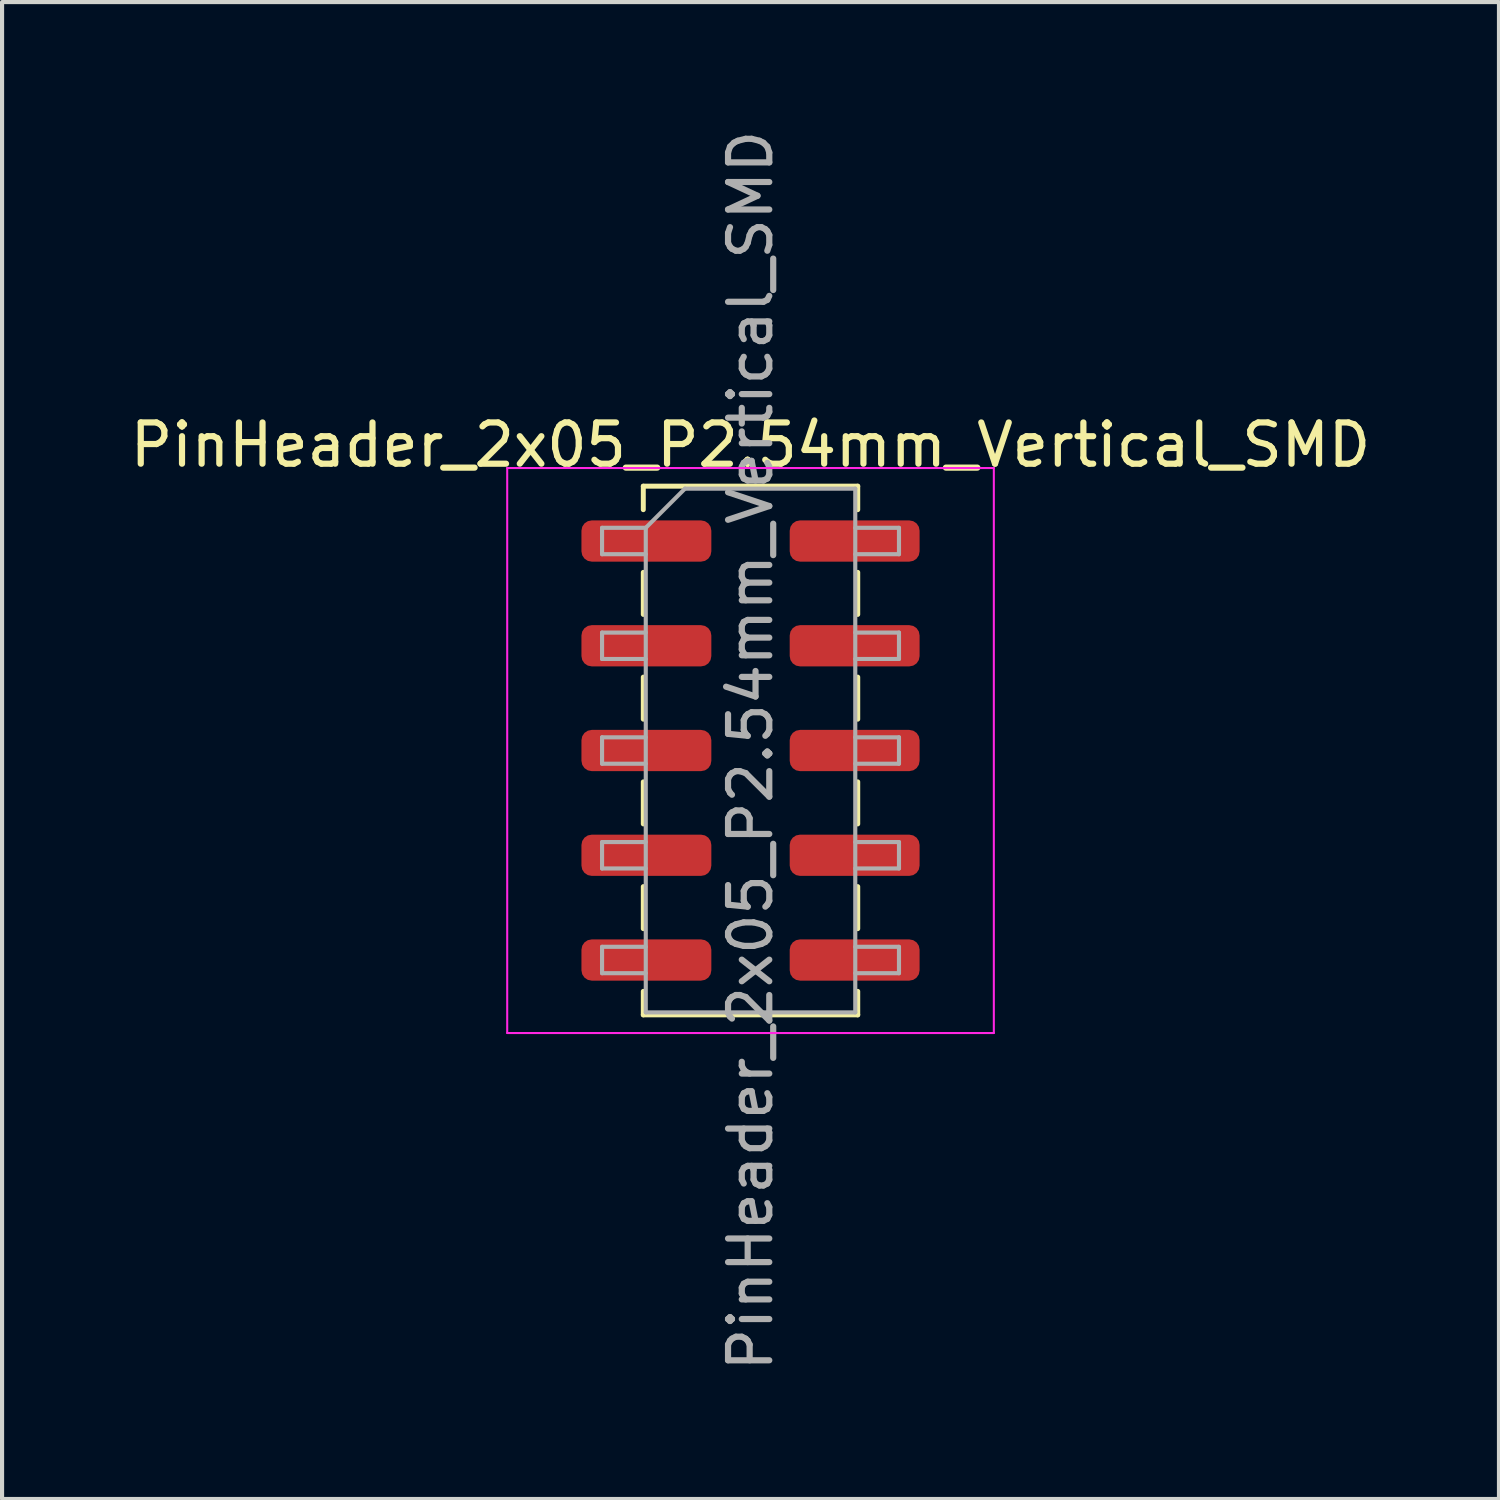
<source format=kicad_pcb>
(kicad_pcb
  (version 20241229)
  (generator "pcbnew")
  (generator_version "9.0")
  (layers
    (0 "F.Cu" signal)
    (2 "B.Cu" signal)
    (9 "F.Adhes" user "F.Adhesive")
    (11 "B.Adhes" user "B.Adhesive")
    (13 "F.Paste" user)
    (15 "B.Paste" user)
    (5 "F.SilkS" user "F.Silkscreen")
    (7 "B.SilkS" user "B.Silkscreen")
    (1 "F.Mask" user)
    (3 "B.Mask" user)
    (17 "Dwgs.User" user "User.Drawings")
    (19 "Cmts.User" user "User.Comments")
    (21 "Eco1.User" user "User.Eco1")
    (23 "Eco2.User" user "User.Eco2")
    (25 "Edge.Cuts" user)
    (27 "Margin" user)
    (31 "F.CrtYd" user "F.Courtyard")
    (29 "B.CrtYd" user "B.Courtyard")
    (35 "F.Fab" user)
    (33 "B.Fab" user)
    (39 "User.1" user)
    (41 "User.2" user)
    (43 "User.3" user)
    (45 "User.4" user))
  (footprint "PinHeader_2x05_P2.54mm_Vertical_SMD"
    (layer "F.Cu")
    (at 15.149 15.149)
    (property "Reference" "PinHeader_2x05_P2.54mm_Vertical_SMD" (at 0 -7.41 0) (layer "F.SilkS") (effects (font (size 1 1) (thickness 0.15))))
    (attr smd)
    (fp_line (start -2.6 -6.41) (end -2.6 -5.84) (stroke (width 0.12) (type solid)) (layer "F.SilkS"))
    (fp_line (start -2.6 -6.41) (end 2.6 -6.41) (stroke (width 0.12) (type solid)) (layer "F.SilkS"))
    (fp_line (start -2.6 -4.32) (end -2.6 -3.3) (stroke (width 0.12) (type solid)) (layer "F.SilkS"))
    (fp_line (start -2.6 -1.78) (end -2.6 -0.76) (stroke (width 0.12) (type solid)) (layer "F.SilkS"))
    (fp_line (start -2.6 0.76) (end -2.6 1.78) (stroke (width 0.12) (type solid)) (layer "F.SilkS"))
    (fp_line (start -2.6 3.3) (end -2.6 4.32) (stroke (width 0.12) (type solid)) (layer "F.SilkS"))
    (fp_line (start -2.6 5.84) (end -2.6 6.41) (stroke (width 0.12) (type solid)) (layer "F.SilkS"))
    (fp_line (start -2.6 6.41) (end 2.6 6.41) (stroke (width 0.12) (type solid)) (layer "F.SilkS"))
    (fp_line (start 2.6 -6.41) (end 2.6 -5.84) (stroke (width 0.12) (type solid)) (layer "F.SilkS"))
    (fp_line (start 2.6 -4.32) (end 2.6 -3.3) (stroke (width 0.12) (type solid)) (layer "F.SilkS"))
    (fp_line (start 2.6 -1.78) (end 2.6 -0.76) (stroke (width 0.12) (type solid)) (layer "F.SilkS"))
    (fp_line (start 2.6 0.76) (end 2.6 1.78) (stroke (width 0.12) (type solid)) (layer "F.SilkS"))
    (fp_line (start 2.6 3.3) (end 2.6 4.32) (stroke (width 0.12) (type solid)) (layer "F.SilkS"))
    (fp_line (start 2.6 5.84) (end 2.6 6.41) (stroke (width 0.12) (type solid)) (layer "F.SilkS"))
    (fp_line (start -5.9 -6.85) (end -5.9 6.85) (stroke (width 0.05) (type solid)) (layer "F.CrtYd"))
    (fp_line (start -5.9 6.85) (end 5.9 6.85) (stroke (width 0.05) (type solid)) (layer "F.CrtYd"))
    (fp_line (start 5.9 -6.85) (end -5.9 -6.85) (stroke (width 0.05) (type solid)) (layer "F.CrtYd"))
    (fp_line (start 5.9 6.85) (end 5.9 -6.85) (stroke (width 0.05) (type solid)) (layer "F.CrtYd"))
    (fp_line (start -3.6 -5.4) (end -3.6 -4.76) (stroke (width 0.1) (type solid)) (layer "F.Fab"))
    (fp_line (start -3.6 -4.76) (end -2.54 -4.76) (stroke (width 0.1) (type solid)) (layer "F.Fab"))
    (fp_line (start -3.6 -2.86) (end -3.6 -2.22) (stroke (width 0.1) (type solid)) (layer "F.Fab"))
    (fp_line (start -3.6 -2.22) (end -2.54 -2.22) (stroke (width 0.1) (type solid)) (layer "F.Fab"))
    (fp_line (start -3.6 -0.32) (end -3.6 0.32) (stroke (width 0.1) (type solid)) (layer "F.Fab"))
    (fp_line (start -3.6 0.32) (end -2.54 0.32) (stroke (width 0.1) (type solid)) (layer "F.Fab"))
    (fp_line (start -3.6 2.22) (end -3.6 2.86) (stroke (width 0.1) (type solid)) (layer "F.Fab"))
    (fp_line (start -3.6 2.86) (end -2.54 2.86) (stroke (width 0.1) (type solid)) (layer "F.Fab"))
    (fp_line (start -3.6 4.76) (end -3.6 5.4) (stroke (width 0.1) (type solid)) (layer "F.Fab"))
    (fp_line (start -3.6 5.4) (end -2.54 5.4) (stroke (width 0.1) (type solid)) (layer "F.Fab"))
    (fp_line (start -2.54 -5.4) (end -3.6 -5.4) (stroke (width 0.1) (type solid)) (layer "F.Fab"))
    (fp_line (start -2.54 -5.4) (end -1.59 -6.35) (stroke (width 0.1) (type solid)) (layer "F.Fab"))
    (fp_line (start -2.54 -2.86) (end -3.6 -2.86) (stroke (width 0.1) (type solid)) (layer "F.Fab"))
    (fp_line (start -2.54 -0.32) (end -3.6 -0.32) (stroke (width 0.1) (type solid)) (layer "F.Fab"))
    (fp_line (start -2.54 2.22) (end -3.6 2.22) (stroke (width 0.1) (type solid)) (layer "F.Fab"))
    (fp_line (start -2.54 4.76) (end -3.6 4.76) (stroke (width 0.1) (type solid)) (layer "F.Fab"))
    (fp_line (start -2.54 6.35) (end -2.54 -5.4) (stroke (width 0.1) (type solid)) (layer "F.Fab"))
    (fp_line (start -1.59 -6.35) (end 2.54 -6.35) (stroke (width 0.1) (type solid)) (layer "F.Fab"))
    (fp_line (start 2.54 -6.35) (end 2.54 6.35) (stroke (width 0.1) (type solid)) (layer "F.Fab"))
    (fp_line (start 2.54 -5.4) (end 3.6 -5.4) (stroke (width 0.1) (type solid)) (layer "F.Fab"))
    (fp_line (start 2.54 -2.86) (end 3.6 -2.86) (stroke (width 0.1) (type solid)) (layer "F.Fab"))
    (fp_line (start 2.54 -0.32) (end 3.6 -0.32) (stroke (width 0.1) (type solid)) (layer "F.Fab"))
    (fp_line (start 2.54 2.22) (end 3.6 2.22) (stroke (width 0.1) (type solid)) (layer "F.Fab"))
    (fp_line (start 2.54 4.76) (end 3.6 4.76) (stroke (width 0.1) (type solid)) (layer "F.Fab"))
    (fp_line (start 2.54 6.35) (end -2.54 6.35) (stroke (width 0.1) (type solid)) (layer "F.Fab"))
    (fp_line (start 3.6 -5.4) (end 3.6 -4.76) (stroke (width 0.1) (type solid)) (layer "F.Fab"))
    (fp_line (start 3.6 -4.76) (end 2.54 -4.76) (stroke (width 0.1) (type solid)) (layer "F.Fab"))
    (fp_line (start 3.6 -2.86) (end 3.6 -2.22) (stroke (width 0.1) (type solid)) (layer "F.Fab"))
    (fp_line (start 3.6 -2.22) (end 2.54 -2.22) (stroke (width 0.1) (type solid)) (layer "F.Fab"))
    (fp_line (start 3.6 -0.32) (end 3.6 0.32) (stroke (width 0.1) (type solid)) (layer "F.Fab"))
    (fp_line (start 3.6 0.32) (end 2.54 0.32) (stroke (width 0.1) (type solid)) (layer "F.Fab"))
    (fp_line (start 3.6 2.22) (end 3.6 2.86) (stroke (width 0.1) (type solid)) (layer "F.Fab"))
    (fp_line (start 3.6 2.86) (end 2.54 2.86) (stroke (width 0.1) (type solid)) (layer "F.Fab"))
    (fp_line (start 3.6 4.76) (end 3.6 5.4) (stroke (width 0.1) (type solid)) (layer "F.Fab"))
    (fp_line (start 3.6 5.4) (end 2.54 5.4) (stroke (width 0.1) (type solid)) (layer "F.Fab"))
    (fp_text user "${REFERENCE}" (at 0 0 90) (layer "F.Fab") (effects (font (size 1 1) (thickness 0.15))))
    (pad "1" smd roundrect (at -2.525 -5.08) (size 3.15 1) (layers "F.Cu" "F.Mask" "F.Paste") (roundrect_rratio 0.25))
    (pad "2" smd roundrect (at 2.525 -5.08) (size 3.15 1) (layers "F.Cu" "F.Mask" "F.Paste") (roundrect_rratio 0.25))
    (pad "3" smd roundrect (at -2.525 -2.54) (size 3.15 1) (layers "F.Cu" "F.Mask" "F.Paste") (roundrect_rratio 0.25))
    (pad "4" smd roundrect (at 2.525 -2.54) (size 3.15 1) (layers "F.Cu" "F.Mask" "F.Paste") (roundrect_rratio 0.25))
    (pad "5" smd roundrect (at -2.525 0) (size 3.15 1) (layers "F.Cu" "F.Mask" "F.Paste") (roundrect_rratio 0.25))
    (pad "6" smd roundrect (at 2.525 0) (size 3.15 1) (layers "F.Cu" "F.Mask" "F.Paste") (roundrect_rratio 0.25))
    (pad "7" smd roundrect (at -2.525 2.54) (size 3.15 1) (layers "F.Cu" "F.Mask" "F.Paste") (roundrect_rratio 0.25))
    (pad "8" smd roundrect (at 2.525 2.54) (size 3.15 1) (layers "F.Cu" "F.Mask" "F.Paste") (roundrect_rratio 0.25))
    (pad "9" smd roundrect (at -2.525 5.08) (size 3.15 1) (layers "F.Cu" "F.Mask" "F.Paste") (roundrect_rratio 0.25))
    (pad "10" smd roundrect (at 2.525 5.08) (size 3.15 1) (layers "F.Cu" "F.Mask" "F.Paste") (roundrect_rratio 0.25)))
  (gr_rect
    (start -3 -3)
    (end 33.298 33.298)
    (stroke (width 0.1) (type default))
    (fill no)
    (layer "Edge.Cuts")))
</source>
